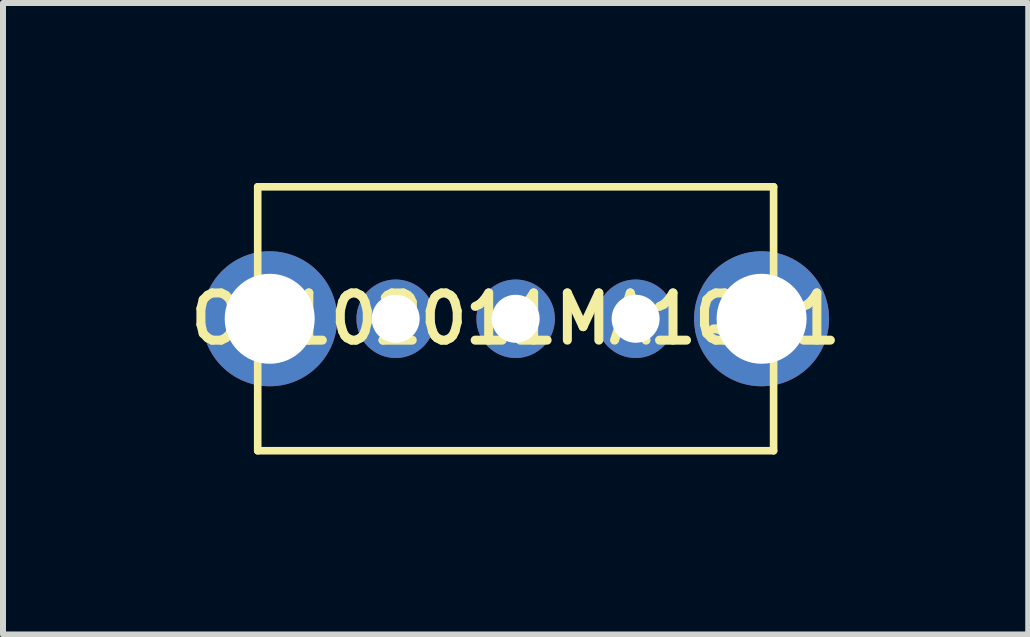
<source format=kicad_pcb>
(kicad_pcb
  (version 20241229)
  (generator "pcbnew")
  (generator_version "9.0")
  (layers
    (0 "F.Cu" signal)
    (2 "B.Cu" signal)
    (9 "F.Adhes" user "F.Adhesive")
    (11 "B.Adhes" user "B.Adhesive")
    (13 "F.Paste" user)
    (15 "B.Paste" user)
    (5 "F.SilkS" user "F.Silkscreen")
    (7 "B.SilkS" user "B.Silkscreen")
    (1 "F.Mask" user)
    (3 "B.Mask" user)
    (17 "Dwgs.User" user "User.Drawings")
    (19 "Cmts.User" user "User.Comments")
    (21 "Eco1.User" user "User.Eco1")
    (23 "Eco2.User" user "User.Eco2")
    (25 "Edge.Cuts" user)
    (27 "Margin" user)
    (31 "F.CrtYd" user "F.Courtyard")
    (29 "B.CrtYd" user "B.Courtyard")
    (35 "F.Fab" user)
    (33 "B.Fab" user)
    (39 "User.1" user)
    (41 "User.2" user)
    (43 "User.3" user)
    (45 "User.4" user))
  (footprint "OS102011MA1QN1"
    (layer "F.Cu")
    (at 5.546 2.264)
    (property "Reference" "OS102011MA1QN1" (at 0 0 0) (layer "F.SilkS") (effects (font (size 0.787 0.787) (thickness 0.15))))
    (attr through_hole)
    (fp_line (start -4.3 -2.2) (end -4.3 2.2) (stroke (width 0.127) (type solid)) (layer "F.SilkS"))
    (fp_line (start -4.3 -2.2) (end 4.3 -2.2) (stroke (width 0.127) (type solid)) (layer "F.SilkS"))
    (fp_line (start -4.3 2.2) (end 4.3 2.2) (stroke (width 0.127) (type solid)) (layer "F.SilkS"))
    (fp_line (start 4.3 2.2) (end 4.3 -2.2) (stroke (width 0.127) (type solid)) (layer "F.SilkS"))
    (pad "1" thru_hole circle (at -2 0) (size 1.308 1.308) (drill 0.8) (layers "*.Cu" "*.Mask"))
    (pad "2" thru_hole circle (at 0 0) (size 1.308 1.308) (drill 0.8) (layers "*.Cu" "*.Mask"))
    (pad "3" thru_hole circle (at 2 0) (size 1.308 1.308) (drill 0.8) (layers "*.Cu" "*.Mask"))
    (pad "G1" thru_hole circle (at -4.1 0) (size 2.25 2.25) (drill 1.5) (layers "*.Cu" "*.Mask"))
    (pad "G2" thru_hole circle (at 4.1 0) (size 2.25 2.25) (drill 1.5) (layers "*.Cu" "*.Mask")))
  (gr_rect
    (start -3 -3)
    (end 14.091 7.527)
    (stroke (width 0.1) (type default))
    (fill no)
    (layer "Edge.Cuts")))
</source>
